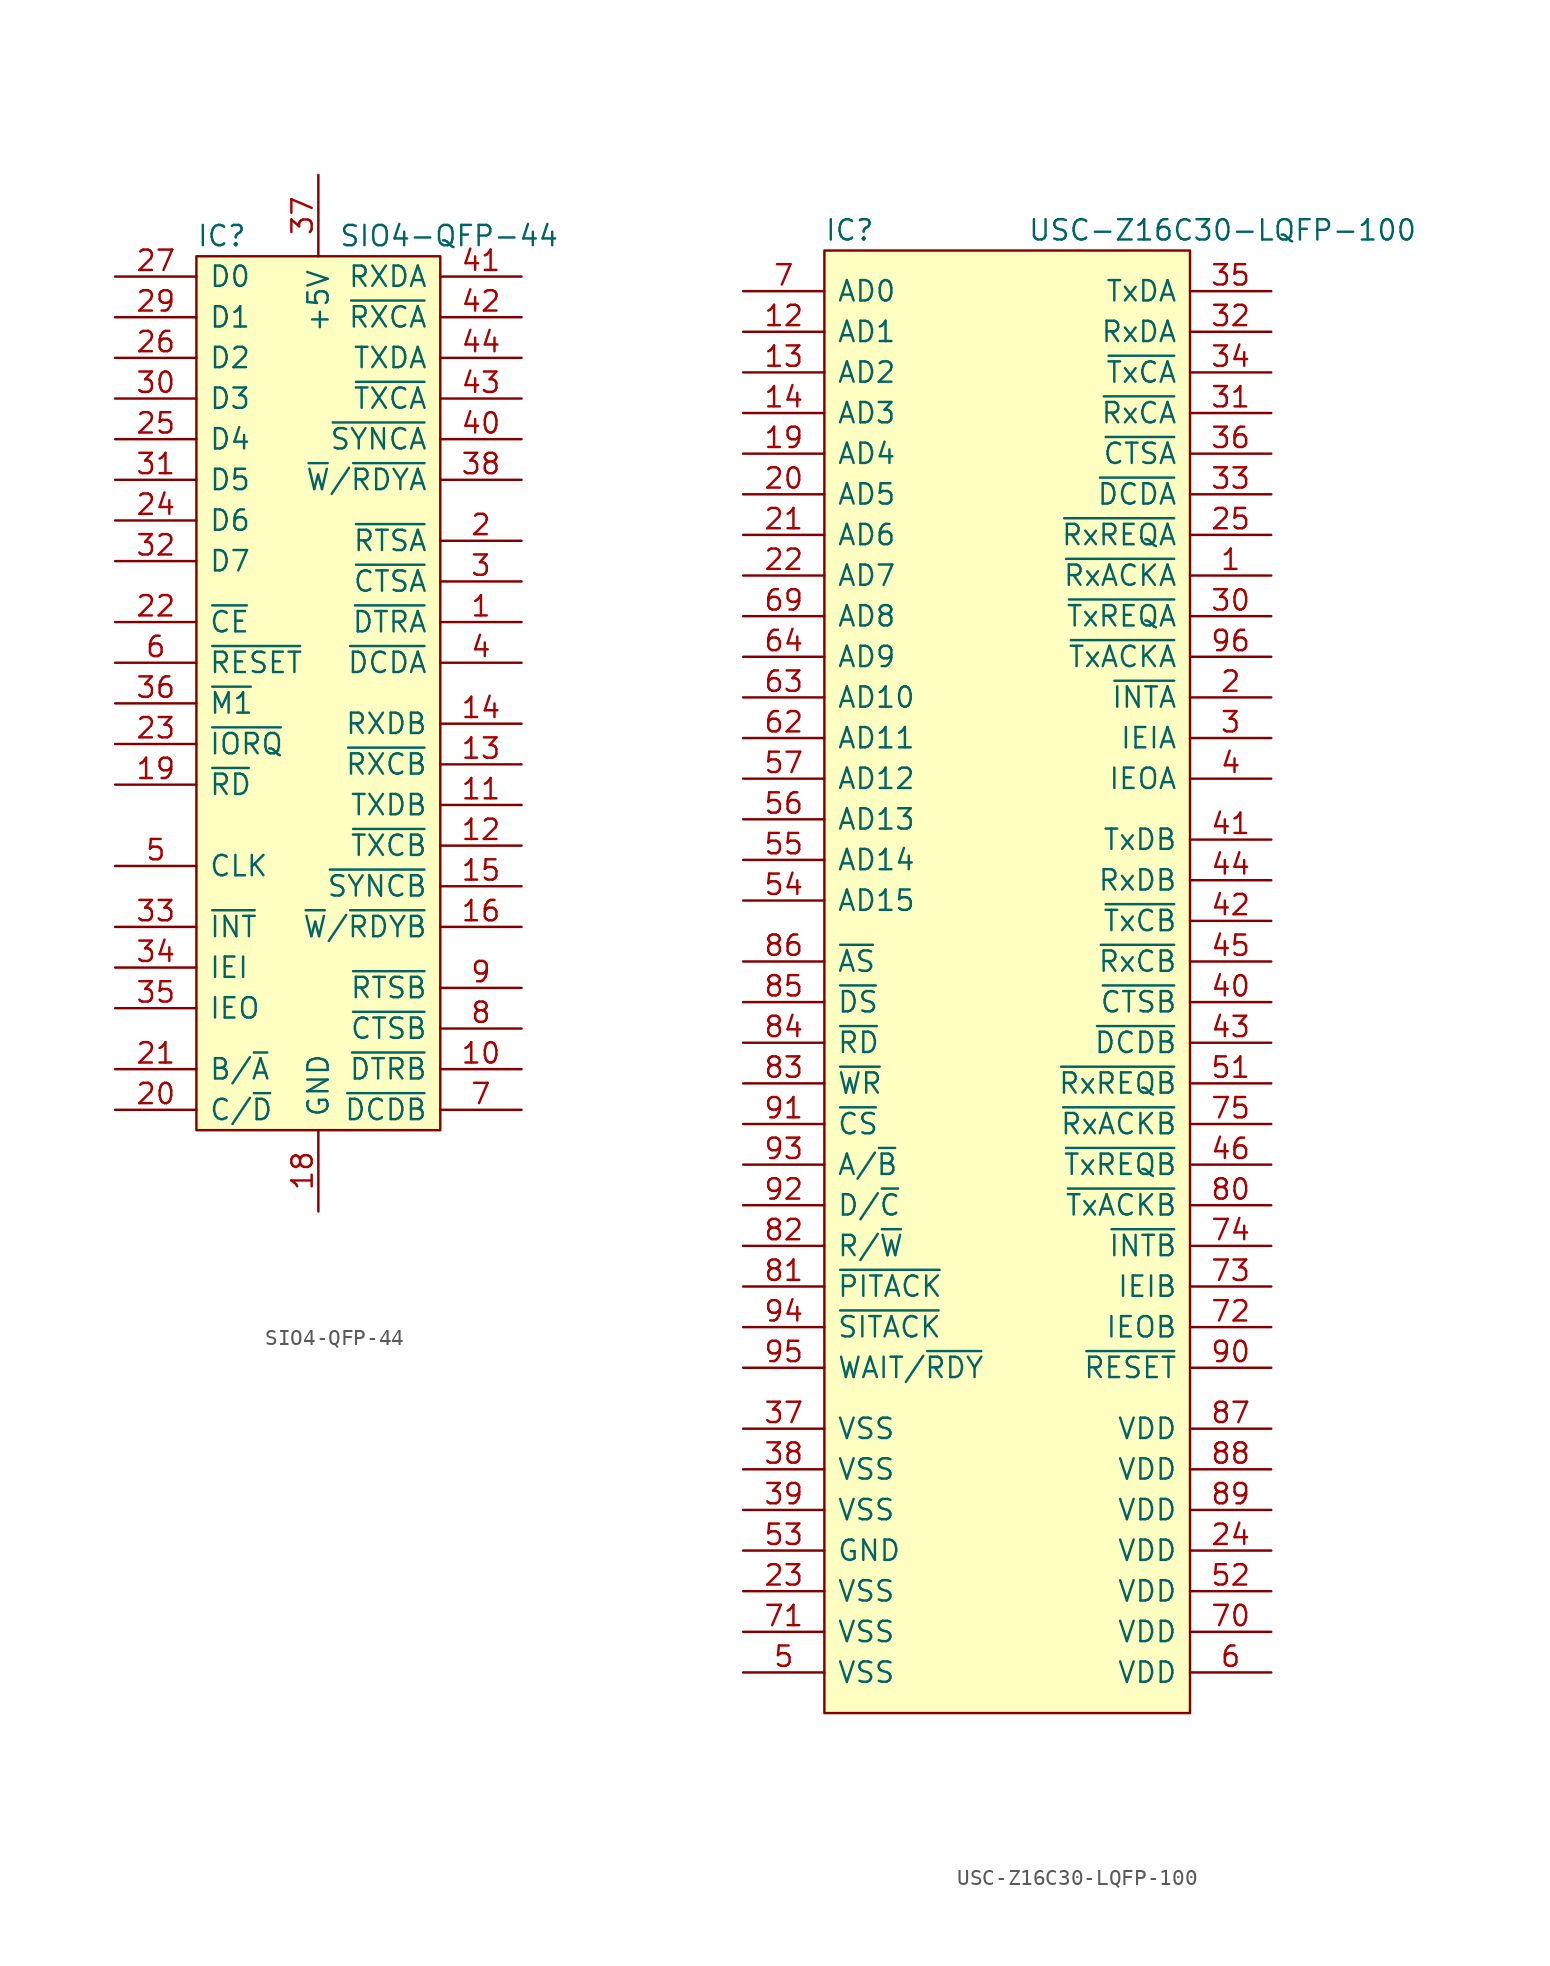
<source format=kicad_sym>
(kicad_symbol_lib
  (version 20220914)
  (generator kicad_symbol_editor)
  (symbol "SIO4-QFP-44"
    (pin_names
      (offset 0.762))
    (property "Reference" "IC"
      (at 0 1.27 0)
      (effects (font (size 1.27 1.27)) (justify left)))
    (property "Value" "SIO4-QFP-44"
      (at 8.89 1.27 0)
      (effects (font (size 1.27 1.27)) (justify left)))
    (symbol "SIO4-QFP-44_0_0"
      (pin output line (at 20.32 -22.86 180) (length 5.08) (name "~{DTRA}" (effects (font (size 1.27 1.27)))) (number "1" (effects (font (size 1.27 1.27)))))
      (pin output line (at 20.32 -50.8 180) (length 5.08) (name "~{DTRB}" (effects (font (size 1.27 1.27)))) (number "10" (effects (font (size 1.27 1.27)))))
      (pin output line (at 20.32 -34.29 180) (length 5.08) (name "TXDB" (effects (font (size 1.27 1.27)))) (number "11" (effects (font (size 1.27 1.27)))))
      (pin input line (at 20.32 -36.83 180) (length 5.08) (name "~{TXCB}" (effects (font (size 1.27 1.27)))) (number "12" (effects (font (size 1.27 1.27)))))
      (pin input line (at 20.32 -31.75 180) (length 5.08) (name "~{RXCB}" (effects (font (size 1.27 1.27)))) (number "13" (effects (font (size 1.27 1.27)))))
      (pin input line (at 20.32 -29.21 180) (length 5.08) (name "RXDB" (effects (font (size 1.27 1.27)))) (number "14" (effects (font (size 1.27 1.27)))))
      (pin bidirectional line (at 20.32 -39.37 180) (length 5.08) (name "~{SYNCB}" (effects (font (size 1.27 1.27)))) (number "15" (effects (font (size 1.27 1.27)))))
      (pin output line (at 20.32 -41.91 180) (length 5.08) (name "~{W}/~{RDYB}" (effects (font (size 1.27 1.27)))) (number "16" (effects (font (size 1.27 1.27)))))
      (pin no_connect line (at 11.43 -11.43 0) (length 2.54) hide (name "NC" (effects (font (size 1.27 1.27)))) (number "17" (effects (font (size 1.27 1.27)))))
      (pin power_in line (at 7.62 -59.69 90) (length 5.08) (name "GND" (effects (font (size 1.27 1.27)))) (number "18" (effects (font (size 1.27 1.27)))))
      (pin input line (at -5.08 -33.02 0) (length 5.08) (name "~{RD}" (effects (font (size 1.27 1.27)))) (number "19" (effects (font (size 1.27 1.27)))))
      (pin output line (at 20.32 -17.78 180) (length 5.08) (name "~{RTSA}" (effects (font (size 1.27 1.27)))) (number "2" (effects (font (size 1.27 1.27)))))
      (pin input line (at -5.08 -53.34 0) (length 5.08) (name "C/~{D}" (effects (font (size 1.27 1.27)))) (number "20" (effects (font (size 1.27 1.27)))))
      (pin input line (at -5.08 -50.8 0) (length 5.08) (name "B/~{A}" (effects (font (size 1.27 1.27)))) (number "21" (effects (font (size 1.27 1.27)))))
      (pin input line (at -5.08 -22.86 0) (length 5.08) (name "~{CE}" (effects (font (size 1.27 1.27)))) (number "22" (effects (font (size 1.27 1.27)))))
      (pin input line (at -5.08 -30.48 0) (length 5.08) (name "~{IORQ}" (effects (font (size 1.27 1.27)))) (number "23" (effects (font (size 1.27 1.27)))))
      (pin bidirectional line (at -5.08 -16.51 0) (length 5.08) (name "D6" (effects (font (size 1.27 1.27)))) (number "24" (effects (font (size 1.27 1.27)))))
      (pin bidirectional line (at -5.08 -11.43 0) (length 5.08) (name "D4" (effects (font (size 1.27 1.27)))) (number "25" (effects (font (size 1.27 1.27)))))
      (pin bidirectional line (at -5.08 -6.35 0) (length 5.08) (name "D2" (effects (font (size 1.27 1.27)))) (number "26" (effects (font (size 1.27 1.27)))))
      (pin bidirectional line (at -5.08 -1.27 0) (length 5.08) (name "D0" (effects (font (size 1.27 1.27)))) (number "27" (effects (font (size 1.27 1.27)))))
      (pin no_connect line (at 11.43 -13.97 0) (length 2.54) hide (name "NC" (effects (font (size 1.27 1.27)))) (number "28" (effects (font (size 1.27 1.27)))))
      (pin bidirectional line (at -5.08 -3.81 0) (length 5.08) (name "D1" (effects (font (size 1.27 1.27)))) (number "29" (effects (font (size 1.27 1.27)))))
      (pin input line (at 20.32 -20.32 180) (length 5.08) (name "~{CTSA}" (effects (font (size 1.27 1.27)))) (number "3" (effects (font (size 1.27 1.27)))))
      (pin bidirectional line (at -5.08 -8.89 0) (length 5.08) (name "D3" (effects (font (size 1.27 1.27)))) (number "30" (effects (font (size 1.27 1.27)))))
      (pin bidirectional line (at -5.08 -13.97 0) (length 5.08) (name "D5" (effects (font (size 1.27 1.27)))) (number "31" (effects (font (size 1.27 1.27)))))
      (pin bidirectional line (at -5.08 -19.05 0) (length 5.08) (name "D7" (effects (font (size 1.27 1.27)))) (number "32" (effects (font (size 1.27 1.27)))))
      (pin open_collector line (at -5.08 -41.91 0) (length 5.08) (name "~{INT}" (effects (font (size 1.27 1.27)))) (number "33" (effects (font (size 1.27 1.27)))))
      (pin input line (at -5.08 -44.45 0) (length 5.08) (name "IEI" (effects (font (size 1.27 1.27)))) (number "34" (effects (font (size 1.27 1.27)))))
      (pin output line (at -5.08 -46.99 0) (length 5.08) (name "IEO" (effects (font (size 1.27 1.27)))) (number "35" (effects (font (size 1.27 1.27)))))
      (pin input line (at -5.08 -27.94 0) (length 5.08) (name "~{M1}" (effects (font (size 1.27 1.27)))) (number "36" (effects (font (size 1.27 1.27)))))
      (pin power_in line (at 7.62 5.08 270) (length 5.08) (name "+5V" (effects (font (size 1.27 1.27)))) (number "37" (effects (font (size 1.27 1.27)))))
      (pin output line (at 20.32 -13.97 180) (length 5.08) (name "~{W}/~{RDYA}" (effects (font (size 1.27 1.27)))) (number "38" (effects (font (size 1.27 1.27)))))
      (pin no_connect line (at 11.43 -16.51 0) (length 2.54) hide (name "NC" (effects (font (size 1.27 1.27)))) (number "39" (effects (font (size 1.27 1.27)))))
      (pin input line (at 20.32 -25.4 180) (length 5.08) (name "~{DCDA}" (effects (font (size 1.27 1.27)))) (number "4" (effects (font (size 1.27 1.27)))))
      (pin bidirectional line (at 20.32 -11.43 180) (length 5.08) (name "~{SYNCA}" (effects (font (size 1.27 1.27)))) (number "40" (effects (font (size 1.27 1.27)))))
      (pin input line (at 20.32 -1.27 180) (length 5.08) (name "RXDA" (effects (font (size 1.27 1.27)))) (number "41" (effects (font (size 1.27 1.27)))))
      (pin input line (at 20.32 -3.81 180) (length 5.08) (name "~{RXCA}" (effects (font (size 1.27 1.27)))) (number "42" (effects (font (size 1.27 1.27)))))
      (pin output line (at 20.32 -8.89 180) (length 5.08) (name "~{TXCA}" (effects (font (size 1.27 1.27)))) (number "43" (effects (font (size 1.27 1.27)))))
      (pin output line (at 20.32 -6.35 180) (length 5.08) (name "TXDA" (effects (font (size 1.27 1.27)))) (number "44" (effects (font (size 1.27 1.27)))))
      (pin input line (at -5.08 -38.1 0) (length 5.08) (name "CLK" (effects (font (size 1.27 1.27)))) (number "5" (effects (font (size 1.27 1.27)))))
      (pin input line (at -5.08 -25.4 0) (length 5.08) (name "~{RESET}" (effects (font (size 1.27 1.27)))) (number "6" (effects (font (size 1.27 1.27)))))
      (pin input line (at 20.32 -53.34 180) (length 5.08) (name "~{DCDB}" (effects (font (size 1.27 1.27)))) (number "7" (effects (font (size 1.27 1.27)))))
      (pin input line (at 20.32 -48.26 180) (length 5.08) (name "~{CTSB}" (effects (font (size 1.27 1.27)))) (number "8" (effects (font (size 1.27 1.27)))))
      (pin output line (at 20.32 -45.72 180) (length 5.08) (name "~{RTSB}" (effects (font (size 1.27 1.27)))) (number "9" (effects (font (size 1.27 1.27))))))
    (symbol "SIO4-QFP-44_0_1"
      (rectangle (start 0 0) (end 15.24 -54.61) (stroke (width 0) (type solid)) (fill (type background)))))
  (symbol "USC-Z16C30-LQFP-100"
    (pin_names
      (offset 0.762))
    (property "Reference" "IC"
      (at 0 1.27 0)
      (effects (font (size 1.27 1.27)) (justify left)))
    (property "Value" "USC-Z16C30-LQFP-100"
      (at 12.7 1.27 0)
      (effects (font (size 1.27 1.27)) (justify left)))
    (symbol "USC-Z16C30-LQFP-100_0_0"
      (pin bidirectional line (at 27.94 -20.32 180) (length 5.08) (name "~{RxACKA}" (effects (font (size 1.27 1.27)))) (number "1" (effects (font (size 1.27 1.27)))))
      (pin bidirectional line (at -5.08 -5.08 0) (length 5.08) (name "AD1" (effects (font (size 1.27 1.27)))) (number "12" (effects (font (size 1.27 1.27)))))
      (pin bidirectional line (at -5.08 -7.62 0) (length 5.08) (name "AD2" (effects (font (size 1.27 1.27)))) (number "13" (effects (font (size 1.27 1.27)))))
      (pin bidirectional line (at -5.08 -10.16 0) (length 5.08) (name "AD3" (effects (font (size 1.27 1.27)))) (number "14" (effects (font (size 1.27 1.27)))))
      (pin bidirectional line (at -5.08 -12.7 0) (length 5.08) (name "AD4" (effects (font (size 1.27 1.27)))) (number "19" (effects (font (size 1.27 1.27)))))
      (pin output line (at 27.94 -27.94 180) (length 5.08) (name "~{INTA}" (effects (font (size 1.27 1.27)))) (number "2" (effects (font (size 1.27 1.27)))))
      (pin bidirectional line (at -5.08 -15.24 0) (length 5.08) (name "AD5" (effects (font (size 1.27 1.27)))) (number "20" (effects (font (size 1.27 1.27)))))
      (pin bidirectional line (at -5.08 -17.78 0) (length 5.08) (name "AD6" (effects (font (size 1.27 1.27)))) (number "21" (effects (font (size 1.27 1.27)))))
      (pin bidirectional line (at -5.08 -20.32 0) (length 5.08) (name "AD7" (effects (font (size 1.27 1.27)))) (number "22" (effects (font (size 1.27 1.27)))))
      (pin power_in line (at -5.08 -83.82 0) (length 5.08) (name "VSS" (effects (font (size 1.27 1.27)))) (number "23" (effects (font (size 1.27 1.27)))))
      (pin power_in line (at 27.94 -81.28 180) (length 5.08) (name "VDD" (effects (font (size 1.27 1.27)))) (number "24" (effects (font (size 1.27 1.27)))))
      (pin bidirectional line (at 27.94 -17.78 180) (length 5.08) (name "~{RxREQA}" (effects (font (size 1.27 1.27)))) (number "25" (effects (font (size 1.27 1.27)))))
      (pin input line (at 27.94 -30.48 180) (length 5.08) (name "IEIA" (effects (font (size 1.27 1.27)))) (number "3" (effects (font (size 1.27 1.27)))))
      (pin bidirectional line (at 27.94 -22.86 180) (length 5.08) (name "~{TxREQA}" (effects (font (size 1.27 1.27)))) (number "30" (effects (font (size 1.27 1.27)))))
      (pin bidirectional line (at 27.94 -10.16 180) (length 5.08) (name "~{RxCA}" (effects (font (size 1.27 1.27)))) (number "31" (effects (font (size 1.27 1.27)))))
      (pin input line (at 27.94 -5.08 180) (length 5.08) (name "RxDA" (effects (font (size 1.27 1.27)))) (number "32" (effects (font (size 1.27 1.27)))))
      (pin bidirectional line (at 27.94 -15.24 180) (length 5.08) (name "~{DCDA}" (effects (font (size 1.27 1.27)))) (number "33" (effects (font (size 1.27 1.27)))))
      (pin bidirectional line (at 27.94 -7.62 180) (length 5.08) (name "~{TxCA}" (effects (font (size 1.27 1.27)))) (number "34" (effects (font (size 1.27 1.27)))))
      (pin output line (at 27.94 -2.54 180) (length 5.08) (name "TxDA" (effects (font (size 1.27 1.27)))) (number "35" (effects (font (size 1.27 1.27)))))
      (pin bidirectional line (at 27.94 -12.7 180) (length 5.08) (name "~{CTSA}" (effects (font (size 1.27 1.27)))) (number "36" (effects (font (size 1.27 1.27)))))
      (pin power_in line (at -5.08 -73.66 0) (length 5.08) (name "VSS" (effects (font (size 1.27 1.27)))) (number "37" (effects (font (size 1.27 1.27)))))
      (pin power_in line (at -5.08 -76.2 0) (length 5.08) (name "VSS" (effects (font (size 1.27 1.27)))) (number "38" (effects (font (size 1.27 1.27)))))
      (pin power_in line (at -5.08 -78.74 0) (length 5.08) (name "VSS" (effects (font (size 1.27 1.27)))) (number "39" (effects (font (size 1.27 1.27)))))
      (pin output line (at 27.94 -33.02 180) (length 5.08) (name "IEOA" (effects (font (size 1.27 1.27)))) (number "4" (effects (font (size 1.27 1.27)))))
      (pin bidirectional line (at 27.94 -46.99 180) (length 5.08) (name "~{CTSB}" (effects (font (size 1.27 1.27)))) (number "40" (effects (font (size 1.27 1.27)))))
      (pin output line (at 27.94 -36.83 180) (length 5.08) (name "TxDB" (effects (font (size 1.27 1.27)))) (number "41" (effects (font (size 1.27 1.27)))))
      (pin bidirectional line (at 27.94 -41.91 180) (length 5.08) (name "~{TxCB}" (effects (font (size 1.27 1.27)))) (number "42" (effects (font (size 1.27 1.27)))))
      (pin bidirectional line (at 27.94 -49.53 180) (length 5.08) (name "~{DCDB}" (effects (font (size 1.27 1.27)))) (number "43" (effects (font (size 1.27 1.27)))))
      (pin input line (at 27.94 -39.37 180) (length 5.08) (name "RxDB" (effects (font (size 1.27 1.27)))) (number "44" (effects (font (size 1.27 1.27)))))
      (pin bidirectional line (at 27.94 -44.45 180) (length 5.08) (name "~{RxCB}" (effects (font (size 1.27 1.27)))) (number "45" (effects (font (size 1.27 1.27)))))
      (pin bidirectional line (at 27.94 -57.15 180) (length 5.08) (name "~{TxREQB}" (effects (font (size 1.27 1.27)))) (number "46" (effects (font (size 1.27 1.27)))))
      (pin power_in line (at -5.08 -88.9 0) (length 5.08) (name "VSS" (effects (font (size 1.27 1.27)))) (number "5" (effects (font (size 1.27 1.27)))))
      (pin bidirectional line (at 27.94 -52.07 180) (length 5.08) (name "~{RxREQB}" (effects (font (size 1.27 1.27)))) (number "51" (effects (font (size 1.27 1.27)))))
      (pin power_in line (at 27.94 -83.82 180) (length 5.08) (name "VDD" (effects (font (size 1.27 1.27)))) (number "52" (effects (font (size 1.27 1.27)))))
      (pin power_in line (at -5.08 -81.28 0) (length 5.08) (name "GND" (effects (font (size 1.27 1.27)))) (number "53" (effects (font (size 1.27 1.27)))))
      (pin bidirectional line (at -5.08 -40.64 0) (length 5.08) (name "AD15" (effects (font (size 1.27 1.27)))) (number "54" (effects (font (size 1.27 1.27)))))
      (pin bidirectional line (at -5.08 -38.1 0) (length 5.08) (name "AD14" (effects (font (size 1.27 1.27)))) (number "55" (effects (font (size 1.27 1.27)))))
      (pin bidirectional line (at -5.08 -35.56 0) (length 5.08) (name "AD13" (effects (font (size 1.27 1.27)))) (number "56" (effects (font (size 1.27 1.27)))))
      (pin bidirectional line (at -5.08 -33.02 0) (length 5.08) (name "AD12" (effects (font (size 1.27 1.27)))) (number "57" (effects (font (size 1.27 1.27)))))
      (pin power_in line (at 27.94 -88.9 180) (length 5.08) (name "VDD" (effects (font (size 1.27 1.27)))) (number "6" (effects (font (size 1.27 1.27)))))
      (pin bidirectional line (at -5.08 -30.48 0) (length 5.08) (name "AD11" (effects (font (size 1.27 1.27)))) (number "62" (effects (font (size 1.27 1.27)))))
      (pin bidirectional line (at -5.08 -27.94 0) (length 5.08) (name "AD10" (effects (font (size 1.27 1.27)))) (number "63" (effects (font (size 1.27 1.27)))))
      (pin bidirectional line (at -5.08 -25.4 0) (length 5.08) (name "AD9" (effects (font (size 1.27 1.27)))) (number "64" (effects (font (size 1.27 1.27)))))
      (pin bidirectional line (at -5.08 -22.86 0) (length 5.08) (name "AD8" (effects (font (size 1.27 1.27)))) (number "69" (effects (font (size 1.27 1.27)))))
      (pin bidirectional line (at -5.08 -2.54 0) (length 5.08) (name "AD0" (effects (font (size 1.27 1.27)))) (number "7" (effects (font (size 1.27 1.27)))))
      (pin power_in line (at 27.94 -86.36 180) (length 5.08) (name "VDD" (effects (font (size 1.27 1.27)))) (number "70" (effects (font (size 1.27 1.27)))))
      (pin power_in line (at -5.08 -86.36 0) (length 5.08) (name "VSS" (effects (font (size 1.27 1.27)))) (number "71" (effects (font (size 1.27 1.27)))))
      (pin output line (at 27.94 -67.31 180) (length 5.08) (name "IEOB" (effects (font (size 1.27 1.27)))) (number "72" (effects (font (size 1.27 1.27)))))
      (pin input line (at 27.94 -64.77 180) (length 5.08) (name "IEIB" (effects (font (size 1.27 1.27)))) (number "73" (effects (font (size 1.27 1.27)))))
      (pin output line (at 27.94 -62.23 180) (length 5.08) (name "~{INTB}" (effects (font (size 1.27 1.27)))) (number "74" (effects (font (size 1.27 1.27)))))
      (pin bidirectional line (at 27.94 -54.61 180) (length 5.08) (name "~{RxACKB}" (effects (font (size 1.27 1.27)))) (number "75" (effects (font (size 1.27 1.27)))))
      (pin bidirectional line (at 27.94 -59.69 180) (length 5.08) (name "~{TxACKB}" (effects (font (size 1.27 1.27)))) (number "80" (effects (font (size 1.27 1.27)))))
      (pin input line (at -5.08 -64.77 0) (length 5.08) (name "~{PITACK}" (effects (font (size 1.27 1.27)))) (number "81" (effects (font (size 1.27 1.27)))))
      (pin input line (at -5.08 -62.23 0) (length 5.08) (name "R/~{W}" (effects (font (size 1.27 1.27)))) (number "82" (effects (font (size 1.27 1.27)))))
      (pin input line (at -5.08 -52.07 0) (length 5.08) (name "~{WR}" (effects (font (size 1.27 1.27)))) (number "83" (effects (font (size 1.27 1.27)))))
      (pin input line (at -5.08 -49.53 0) (length 5.08) (name "~{RD}" (effects (font (size 1.27 1.27)))) (number "84" (effects (font (size 1.27 1.27)))))
      (pin input line (at -5.08 -46.99 0) (length 5.08) (name "~{DS}" (effects (font (size 1.27 1.27)))) (number "85" (effects (font (size 1.27 1.27)))))
      (pin input line (at -5.08 -44.45 0) (length 5.08) (name "~{AS}" (effects (font (size 1.27 1.27)))) (number "86" (effects (font (size 1.27 1.27)))))
      (pin power_in line (at 27.94 -73.66 180) (length 5.08) (name "VDD" (effects (font (size 1.27 1.27)))) (number "87" (effects (font (size 1.27 1.27)))))
      (pin power_in line (at 27.94 -76.2 180) (length 5.08) (name "VDD" (effects (font (size 1.27 1.27)))) (number "88" (effects (font (size 1.27 1.27)))))
      (pin power_in line (at 27.94 -78.74 180) (length 5.08) (name "VDD" (effects (font (size 1.27 1.27)))) (number "89" (effects (font (size 1.27 1.27)))))
      (pin input line (at 27.94 -69.85 180) (length 5.08) (name "~{RESET}" (effects (font (size 1.27 1.27)))) (number "90" (effects (font (size 1.27 1.27)))))
      (pin input line (at -5.08 -54.61 0) (length 5.08) (name "~{CS}" (effects (font (size 1.27 1.27)))) (number "91" (effects (font (size 1.27 1.27)))))
      (pin input line (at -5.08 -59.69 0) (length 5.08) (name "D/~{C}" (effects (font (size 1.27 1.27)))) (number "92" (effects (font (size 1.27 1.27)))))
      (pin input line (at -5.08 -57.15 0) (length 5.08) (name "A/~{B}" (effects (font (size 1.27 1.27)))) (number "93" (effects (font (size 1.27 1.27)))))
      (pin input line (at -5.08 -67.31 0) (length 5.08) (name "~{SITACK}" (effects (font (size 1.27 1.27)))) (number "94" (effects (font (size 1.27 1.27)))))
      (pin output line (at -5.08 -69.85 0) (length 5.08) (name "WAIT/~{RDY}" (effects (font (size 1.27 1.27)))) (number "95" (effects (font (size 1.27 1.27)))))
      (pin bidirectional line (at 27.94 -25.4 180) (length 5.08) (name "~{TxACKA}" (effects (font (size 1.27 1.27)))) (number "96" (effects (font (size 1.27 1.27))))))
    (symbol "USC-Z16C30-LQFP-100_0_1"
      (rectangle (start 0 0) (end 22.86 -91.44) (stroke (width 0) (type solid)) (fill (type background))))))
</source>
